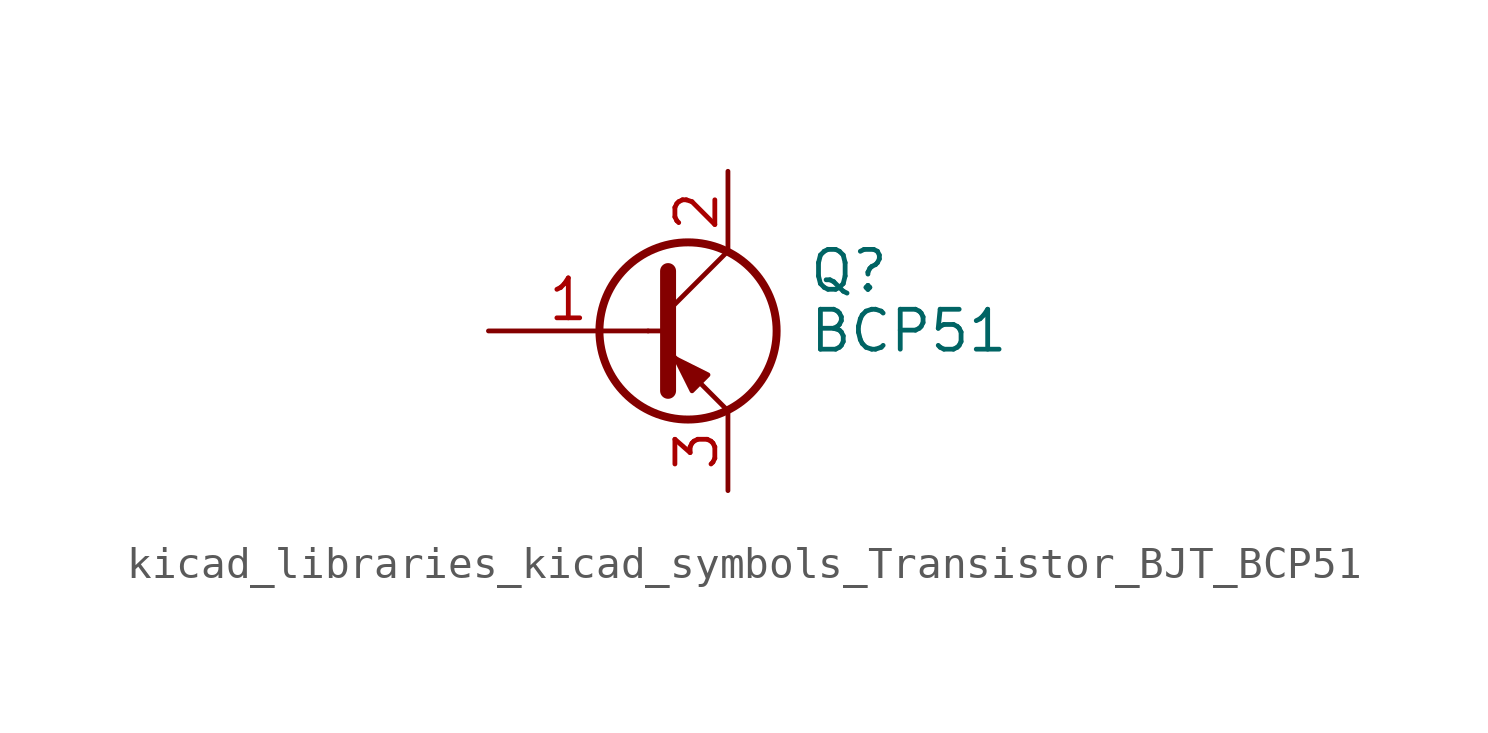
<source format=kicad_sym>
(kicad_symbol_lib
  (version 20220914)
  (generator kicad_symbol_editor)
  (symbol "kicad_libraries_kicad_symbols_Transistor_BJT_BCP51"
    (pin_names
      (offset 0) hide)
    (property "Reference" "Q"
      (at 5.08 1.905 0)
      (effects (font (size 1.27 1.27)) (justify left)))
    (property "Value" "BCP51"
      (at 5.08 0 0)
      (effects (font (size 1.27 1.27)) (justify left)))
    (symbol "kicad_libraries_kicad_symbols_Transistor_BJT_BCP51_0_1"
      (polyline (pts (xy 0 0) (xy 0.635 0)) (stroke (width 0) (type default)) (fill (type none)))
      (polyline (pts (xy 2.54 -2.54) (xy 0.635 -0.635)) (stroke (width 0) (type default)) (fill (type none)))
      (polyline (pts (xy 2.54 2.54) (xy 0.635 0.635)) (stroke (width 0) (type default)) (fill (type none)))
      (polyline (pts (xy 0.635 1.905) (xy 0.635 -1.905) (xy 0.635 -1.905)) (stroke (width 0.508) (type default)) (fill (type outline)))
      (polyline (pts (xy 1.397 -1.905) (xy 1.905 -1.397) (xy 0.889 -0.889) (xy 1.397 -1.905) (xy 1.397 -1.905)) (stroke (width 0) (type default)) (fill (type outline)))
      (circle (center 1.27 0) (radius 2.819) (stroke (width 0.254) (type default)) (fill (type none))))
    (symbol "kicad_libraries_kicad_symbols_Transistor_BJT_BCP51_1_1"
      (pin input line (at -5.08 0 0) (length 5.08) (name "B" (effects (font (size 1.27 1.27)))) (number "1" (effects (font (size 1.27 1.27)))))
      (pin passive line (at 2.54 5.08 270) (length 2.54) (name "C" (effects (font (size 1.27 1.27)))) (number "2" (effects (font (size 1.27 1.27)))))
      (pin passive line (at 2.54 -5.08 90) (length 2.54) (name "E" (effects (font (size 1.27 1.27)))) (number "3" (effects (font (size 1.27 1.27))))))))
</source>
